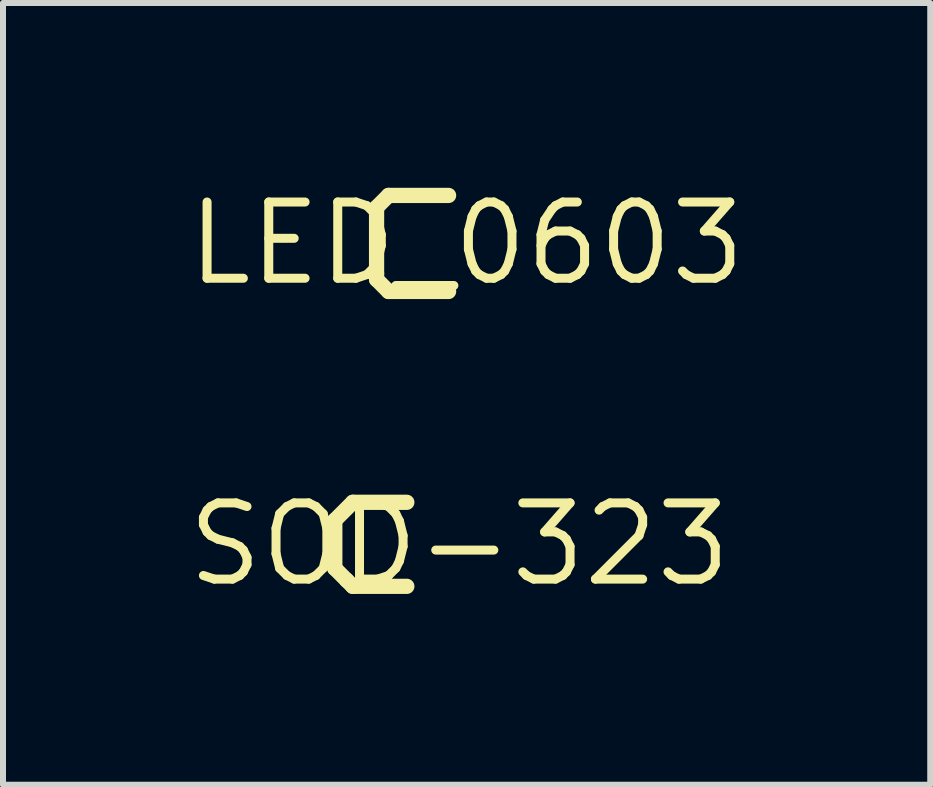
<source format=kicad_pcb>
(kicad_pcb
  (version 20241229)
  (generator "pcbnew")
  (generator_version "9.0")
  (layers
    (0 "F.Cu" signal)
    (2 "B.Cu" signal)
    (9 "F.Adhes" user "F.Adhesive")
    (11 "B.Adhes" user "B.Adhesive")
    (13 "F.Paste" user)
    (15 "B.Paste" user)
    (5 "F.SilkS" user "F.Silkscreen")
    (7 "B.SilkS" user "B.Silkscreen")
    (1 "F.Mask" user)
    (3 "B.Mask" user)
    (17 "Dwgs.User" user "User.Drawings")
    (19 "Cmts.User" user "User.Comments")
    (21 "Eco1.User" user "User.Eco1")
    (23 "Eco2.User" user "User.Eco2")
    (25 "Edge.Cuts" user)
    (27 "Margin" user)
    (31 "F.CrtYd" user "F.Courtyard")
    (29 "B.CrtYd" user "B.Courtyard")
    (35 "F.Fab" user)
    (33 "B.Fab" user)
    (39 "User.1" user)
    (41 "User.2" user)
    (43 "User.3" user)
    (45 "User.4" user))
  (footprint "LED_0603"
    (layer "F.Cu")
    (at 4.724 1.006)
    (property "Reference" "LED_0603" (at 0 0 0) (layer "F.SilkS") (effects (font (size 1.27 1.27) (thickness 0.15))))
    (attr through_hole)
    (fp_line (start -1.5 -0.6) (end -1.3 -0.8) (stroke (width 0.254) (type solid)) (layer "F.SilkS"))
    (fp_line (start -1.5 0.5) (end -1.5 -0.6) (stroke (width 0.254) (type solid)) (layer "F.SilkS"))
    (fp_line (start -1.5 0.6) (end -1.5 0.5) (stroke (width 0.254) (type solid)) (layer "F.SilkS"))
    (fp_line (start -1.5 0.6) (end -1.3 0.8) (stroke (width 0.254) (type solid)) (layer "F.SilkS"))
    (fp_line (start -1.3 -0.8) (end -0.3 -0.8) (stroke (width 0.254) (type solid)) (layer "F.SilkS"))
    (fp_line (start -1.3 0.8) (end -0.3 0.8) (stroke (width 0.254) (type solid)) (layer "F.SilkS")))
  (footprint "SOD-323"
    (layer "F.Cu")
    (at 4.603 6.019)
    (property "Reference" "SOD-323" (at 0 0 0) (layer "F.SilkS") (effects (font (size 1.27 1.27) (thickness 0.15))))
    (attr through_hole)
    (fp_line (start -2.075 -0.4) (end -1.775 -0.7) (stroke (width 0.254) (type solid)) (layer "F.SilkS"))
    (fp_line (start -2.075 0.4) (end -2.075 -0.4) (stroke (width 0.254) (type solid)) (layer "F.SilkS"))
    (fp_line (start -2.075 0.4) (end -1.875 0.6) (stroke (width 0.254) (type solid)) (layer "F.SilkS"))
    (fp_line (start -1.875 0.6) (end -1.775 0.7) (stroke (width 0.254) (type solid)) (layer "F.SilkS"))
    (fp_line (start -1.775 -0.7) (end -0.875 -0.7) (stroke (width 0.254) (type solid)) (layer "F.SilkS"))
    (fp_line (start -1.775 0.7) (end -0.875 0.7) (stroke (width 0.254) (type solid)) (layer "F.SilkS")))
  (gr_rect
    (start -3 -3)
    (end 12.449 10.025)
    (stroke (width 0.1) (type default))
    (fill no)
    (layer "Edge.Cuts")))
</source>
